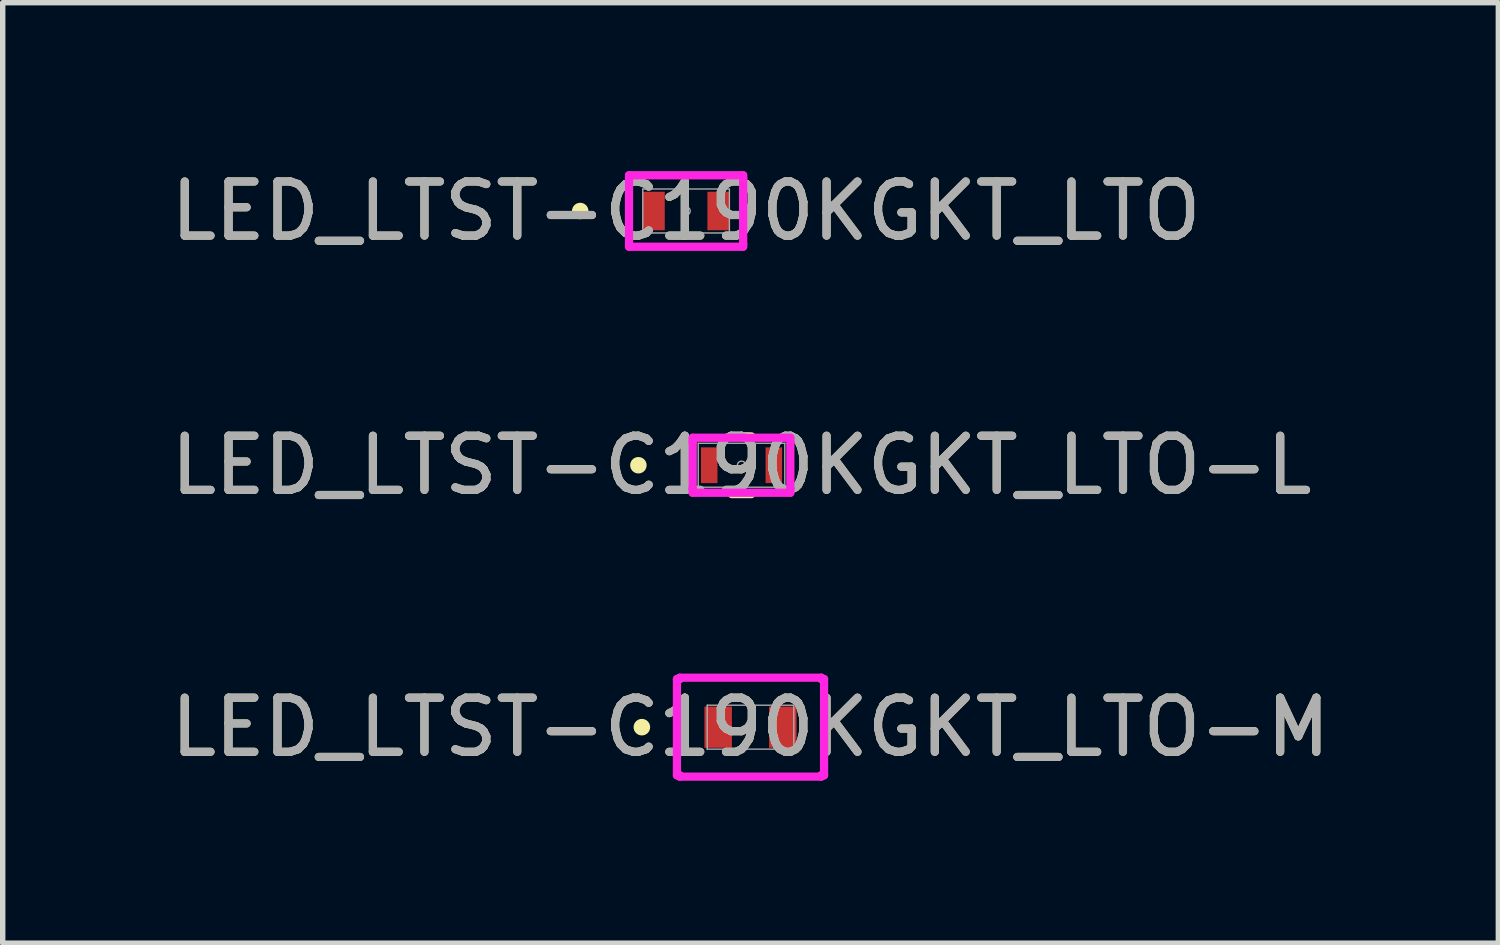
<source format=kicad_pcb>
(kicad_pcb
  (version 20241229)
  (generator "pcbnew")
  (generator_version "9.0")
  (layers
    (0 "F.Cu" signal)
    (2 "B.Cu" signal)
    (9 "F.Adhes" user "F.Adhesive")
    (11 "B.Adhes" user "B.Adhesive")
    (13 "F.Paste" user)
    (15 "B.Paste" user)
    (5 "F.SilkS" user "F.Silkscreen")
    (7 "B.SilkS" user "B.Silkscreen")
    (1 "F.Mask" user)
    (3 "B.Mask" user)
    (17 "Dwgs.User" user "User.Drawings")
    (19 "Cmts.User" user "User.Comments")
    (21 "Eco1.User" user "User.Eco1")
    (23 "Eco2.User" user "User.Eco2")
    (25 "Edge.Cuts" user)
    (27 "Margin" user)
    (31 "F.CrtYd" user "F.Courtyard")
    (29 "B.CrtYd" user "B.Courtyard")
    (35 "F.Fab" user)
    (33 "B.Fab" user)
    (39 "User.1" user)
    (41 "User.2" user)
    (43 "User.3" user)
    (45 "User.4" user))
  (footprint "LED_LTST-C190KGKT_LTO"
    (layer "F.Cu")
    (at 9.625 0.848)
    (property "Reference" "LED_LTST-C190KGKT_LTO" (at 0 0 0) (unlocked yes) (layer "F.SilkS") (effects (font (size 1 1) (thickness 0.15))))
    (attr smd)
    (fp_circle (center -1.956 0) (end -1.88 0) (stroke (width 0.152) (type solid)) (fill no) (layer "F.SilkS"))
    (fp_line (start -1.054 -0.66) (end 1.054 -0.66) (stroke (width 0.152) (type solid)) (layer "F.CrtYd"))
    (fp_line (start -1.054 -0.61) (end -1.054 -0.66) (stroke (width 0.152) (type solid)) (layer "F.CrtYd"))
    (fp_line (start -1.054 -0.61) (end -1.054 -0.61) (stroke (width 0.152) (type solid)) (layer "F.CrtYd"))
    (fp_line (start -1.054 0.61) (end -1.054 -0.61) (stroke (width 0.152) (type solid)) (layer "F.CrtYd"))
    (fp_line (start -1.054 0.61) (end -1.054 0.61) (stroke (width 0.152) (type solid)) (layer "F.CrtYd"))
    (fp_line (start -1.054 0.66) (end -1.054 0.61) (stroke (width 0.152) (type solid)) (layer "F.CrtYd"))
    (fp_line (start 1.054 -0.66) (end 1.054 -0.61) (stroke (width 0.152) (type solid)) (layer "F.CrtYd"))
    (fp_line (start 1.054 -0.61) (end 1.054 -0.61) (stroke (width 0.152) (type solid)) (layer "F.CrtYd"))
    (fp_line (start 1.054 -0.61) (end 1.054 0.61) (stroke (width 0.152) (type solid)) (layer "F.CrtYd"))
    (fp_line (start 1.054 0.61) (end 1.054 0.61) (stroke (width 0.152) (type solid)) (layer "F.CrtYd"))
    (fp_line (start 1.054 0.61) (end 1.054 0.66) (stroke (width 0.152) (type solid)) (layer "F.CrtYd"))
    (fp_line (start 1.054 0.66) (end -1.054 0.66) (stroke (width 0.152) (type solid)) (layer "F.CrtYd"))
    (fp_line (start -0.8 -0.406) (end -0.8 0.406) (stroke (width 0.025) (type solid)) (layer "F.Fab"))
    (fp_line (start -0.8 0.406) (end 0.8 0.406) (stroke (width 0.025) (type solid)) (layer "F.Fab"))
    (fp_line (start 0.8 -0.406) (end -0.8 -0.406) (stroke (width 0.025) (type solid)) (layer "F.Fab"))
    (fp_line (start 0.8 0.406) (end 0.8 -0.406) (stroke (width 0.025) (type solid)) (layer "F.Fab"))
    (fp_circle (center 0 0) (end 0.076 0) (stroke (width 0.025) (type solid)) (fill no) (layer "F.Fab"))
    (fp_text user "${REFERENCE}" (at 0 0 0) (unlocked yes) (layer "F.Fab") (effects (font (size 1 1) (thickness 0.15))))
    (pad "1" smd rect (at -0.597 0) (size 0.406 0.711) (layers "F.Cu" "F.Mask" "F.Paste"))
    (pad "2" smd rect (at 0.597 0) (size 0.406 0.711) (layers "F.Cu" "F.Mask" "F.Paste")))
  (footprint "LED_LTST-C190KGKT_LTO-L"
    (layer "F.Cu")
    (at 10.649 5.545)
    (property "Reference" "LED_LTST-C190KGKT_LTO-L" (at 0 0 0) (unlocked yes) (layer "F.SilkS") (effects (font (size 1 1) (thickness 0.15))))
    (attr smd)
    (fp_line (start -0.181 0.533) (end 0.181 0.533) (stroke (width 0.152) (type solid)) (layer "F.SilkS"))
    (fp_line (start 0.181 -0.533) (end -0.181 -0.533) (stroke (width 0.152) (type solid)) (layer "F.SilkS"))
    (fp_circle (center -1.905 0) (end -1.829 0) (stroke (width 0.152) (type solid)) (fill no) (layer "F.SilkS"))
    (fp_line (start -0.902 -0.508) (end 0.902 -0.508) (stroke (width 0.152) (type solid)) (layer "F.CrtYd"))
    (fp_line (start -0.902 -0.432) (end -0.902 -0.508) (stroke (width 0.152) (type solid)) (layer "F.CrtYd"))
    (fp_line (start -0.902 -0.432) (end -0.902 -0.432) (stroke (width 0.152) (type solid)) (layer "F.CrtYd"))
    (fp_line (start -0.902 0.432) (end -0.902 -0.432) (stroke (width 0.152) (type solid)) (layer "F.CrtYd"))
    (fp_line (start -0.902 0.432) (end -0.902 0.432) (stroke (width 0.152) (type solid)) (layer "F.CrtYd"))
    (fp_line (start -0.902 0.508) (end -0.902 0.432) (stroke (width 0.152) (type solid)) (layer "F.CrtYd"))
    (fp_line (start 0.902 -0.508) (end 0.902 -0.432) (stroke (width 0.152) (type solid)) (layer "F.CrtYd"))
    (fp_line (start 0.902 -0.432) (end 0.902 -0.432) (stroke (width 0.152) (type solid)) (layer "F.CrtYd"))
    (fp_line (start 0.902 -0.432) (end 0.902 0.432) (stroke (width 0.152) (type solid)) (layer "F.CrtYd"))
    (fp_line (start 0.902 0.432) (end 0.902 0.432) (stroke (width 0.152) (type solid)) (layer "F.CrtYd"))
    (fp_line (start 0.902 0.432) (end 0.902 0.508) (stroke (width 0.152) (type solid)) (layer "F.CrtYd"))
    (fp_line (start 0.902 0.508) (end -0.902 0.508) (stroke (width 0.152) (type solid)) (layer "F.CrtYd"))
    (fp_line (start -0.8 -0.406) (end -0.8 0.406) (stroke (width 0.025) (type solid)) (layer "F.Fab"))
    (fp_line (start -0.8 0.406) (end 0.8 0.406) (stroke (width 0.025) (type solid)) (layer "F.Fab"))
    (fp_line (start 0.8 -0.406) (end -0.8 -0.406) (stroke (width 0.025) (type solid)) (layer "F.Fab"))
    (fp_line (start 0.8 0.406) (end 0.8 -0.406) (stroke (width 0.025) (type solid)) (layer "F.Fab"))
    (fp_circle (center 0 0) (end 0.076 0) (stroke (width 0.025) (type solid)) (fill no) (layer "F.Fab"))
    (fp_text user "${REFERENCE}" (at 0 0 0) (unlocked yes) (layer "F.Fab") (effects (font (size 1 1) (thickness 0.15))))
    (pad "1" smd rect (at -0.597 0) (size 0.305 0.66) (layers "F.Cu" "F.Mask" "F.Paste"))
    (pad "2" smd rect (at 0.597 0) (size 0.305 0.66) (layers "F.Cu" "F.Mask" "F.Paste")))
  (footprint "LED_LTST-C190KGKT_LTO-M"
    (layer "F.Cu")
    (at 10.815 10.384)
    (property "Reference" "LED_LTST-C190KGKT_LTO-M" (at 0 0 0) (unlocked yes) (layer "F.SilkS") (effects (font (size 1 1) (thickness 0.15))))
    (attr smd)
    (fp_circle (center -2.007 0) (end -1.93 0) (stroke (width 0.152) (type solid)) (fill no) (layer "F.SilkS"))
    (fp_line (start -1.359 -0.889) (end -1.308 -0.889) (stroke (width 0.152) (type solid)) (layer "F.CrtYd"))
    (fp_line (start -1.359 0.889) (end -1.359 -0.889) (stroke (width 0.152) (type solid)) (layer "F.CrtYd"))
    (fp_line (start -1.359 0.889) (end -1.308 0.889) (stroke (width 0.152) (type solid)) (layer "F.CrtYd"))
    (fp_line (start -1.308 -0.914) (end 1.308 -0.914) (stroke (width 0.152) (type solid)) (layer "F.CrtYd"))
    (fp_line (start -1.308 -0.889) (end -1.308 -0.914) (stroke (width 0.152) (type solid)) (layer "F.CrtYd"))
    (fp_line (start -1.308 0.914) (end -1.308 0.889) (stroke (width 0.152) (type solid)) (layer "F.CrtYd"))
    (fp_line (start 1.308 -0.914) (end 1.308 -0.889) (stroke (width 0.152) (type solid)) (layer "F.CrtYd"))
    (fp_line (start 1.308 0.889) (end 1.308 0.914) (stroke (width 0.152) (type solid)) (layer "F.CrtYd"))
    (fp_line (start 1.308 0.914) (end -1.308 0.914) (stroke (width 0.152) (type solid)) (layer "F.CrtYd"))
    (fp_line (start 1.359 -0.889) (end 1.308 -0.889) (stroke (width 0.152) (type solid)) (layer "F.CrtYd"))
    (fp_line (start 1.359 -0.889) (end 1.359 0.889) (stroke (width 0.152) (type solid)) (layer "F.CrtYd"))
    (fp_line (start 1.359 0.889) (end 1.308 0.889) (stroke (width 0.152) (type solid)) (layer "F.CrtYd"))
    (fp_line (start -0.8 -0.406) (end -0.8 0.406) (stroke (width 0.025) (type solid)) (layer "F.Fab"))
    (fp_line (start -0.8 0.406) (end 0.8 0.406) (stroke (width 0.025) (type solid)) (layer "F.Fab"))
    (fp_line (start 0.8 -0.406) (end -0.8 -0.406) (stroke (width 0.025) (type solid)) (layer "F.Fab"))
    (fp_line (start 0.8 0.406) (end 0.8 -0.406) (stroke (width 0.025) (type solid)) (layer "F.Fab"))
    (fp_circle (center 0 0) (end 0.076 0) (stroke (width 0.025) (type solid)) (fill no) (layer "F.Fab"))
    (fp_text user "${REFERENCE}" (at 0 0 0) (unlocked yes) (layer "F.Fab") (effects (font (size 1 1) (thickness 0.15))))
    (pad "1" smd rect (at -0.597 0) (size 0.508 0.762) (layers "F.Cu" "F.Mask" "F.Paste"))
    (pad "2" smd rect (at 0.597 0) (size 0.508 0.762) (layers "F.Cu" "F.Mask" "F.Paste")))
  (gr_rect
    (start -3 -3)
    (end 24.631 14.374)
    (stroke (width 0.1) (type default))
    (fill no)
    (layer "Edge.Cuts")))
</source>
